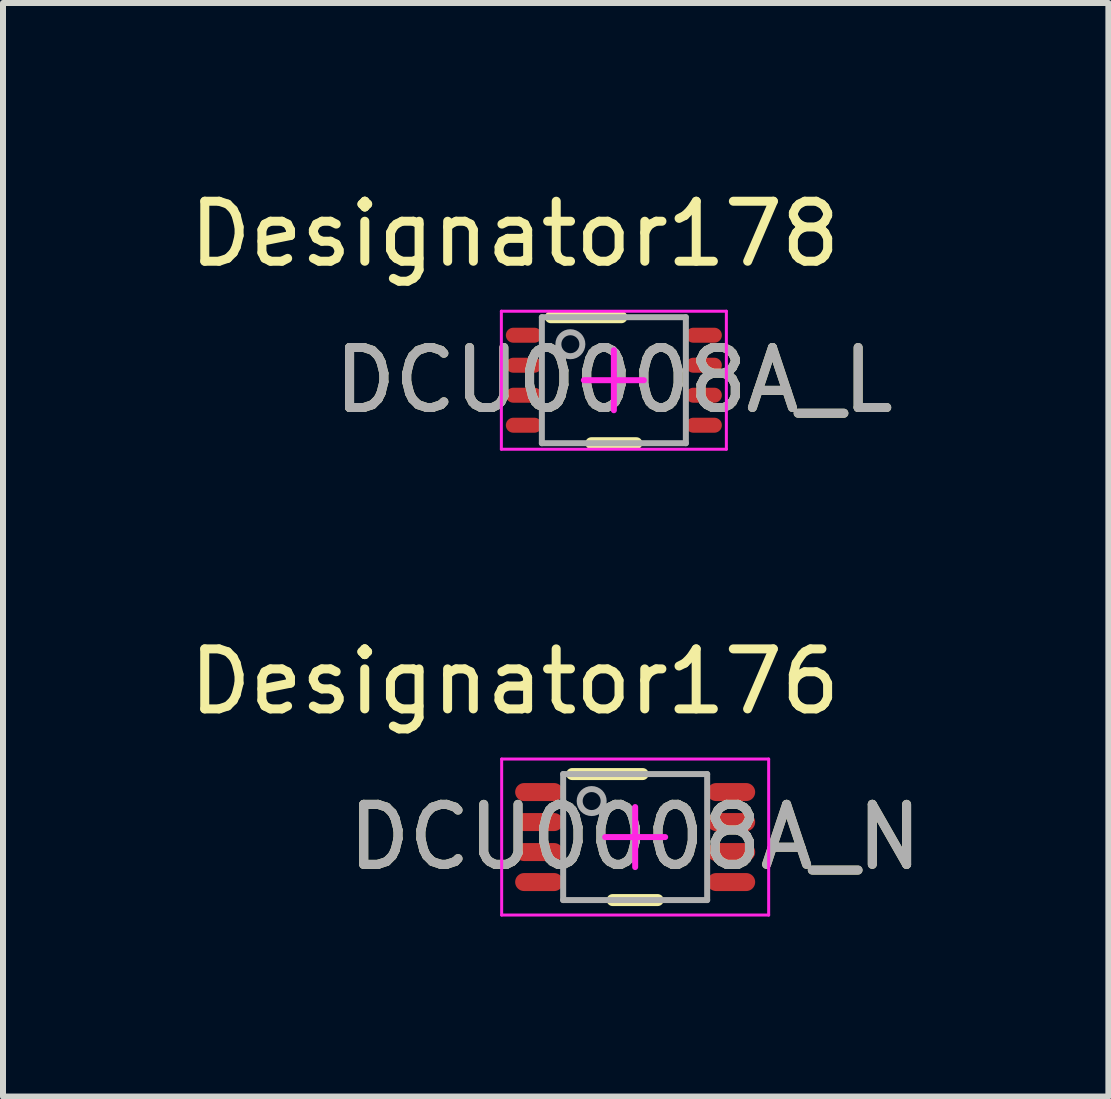
<source format=kicad_pcb>
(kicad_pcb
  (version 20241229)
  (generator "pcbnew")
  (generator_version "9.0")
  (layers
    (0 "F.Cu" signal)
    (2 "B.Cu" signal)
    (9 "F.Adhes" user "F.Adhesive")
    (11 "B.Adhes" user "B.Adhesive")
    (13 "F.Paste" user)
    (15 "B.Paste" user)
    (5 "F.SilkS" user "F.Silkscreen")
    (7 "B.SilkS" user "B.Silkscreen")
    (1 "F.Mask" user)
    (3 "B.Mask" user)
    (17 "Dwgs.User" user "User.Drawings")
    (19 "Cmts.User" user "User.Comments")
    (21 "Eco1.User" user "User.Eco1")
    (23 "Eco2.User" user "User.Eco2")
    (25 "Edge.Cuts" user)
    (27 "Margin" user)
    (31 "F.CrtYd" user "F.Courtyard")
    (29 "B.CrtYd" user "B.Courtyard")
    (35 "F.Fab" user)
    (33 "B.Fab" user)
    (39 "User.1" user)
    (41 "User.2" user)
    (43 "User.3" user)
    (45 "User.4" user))
  (footprint "DCU0008A_L"
    (layer "F.Cu")
    (at 7.181 3.287)
    (property "Reference" "DCU0008A_L" (at 0 0 0) (unlocked yes) (layer "F.SilkS") (effects (font (size 1 1) (thickness 0.15))))
    (attr smd)
    (fp_line (start -1.05 -1.05) (end 0.125 -1.05) (stroke (width 0.2) (type solid)) (layer "F.SilkS"))
    (fp_line (start -0.375 1.05) (end 0.375 1.05) (stroke (width 0.2) (type solid)) (layer "F.SilkS"))
    (fp_line (start -1.875 -1.15) (end 1.875 -1.15) (stroke (width 0.05) (type solid)) (layer "F.CrtYd"))
    (fp_line (start -1.875 1.15) (end -1.875 -1.15) (stroke (width 0.05) (type solid)) (layer "F.CrtYd"))
    (fp_line (start -1.875 1.15) (end 1.875 1.15) (stroke (width 0.05) (type solid)) (layer "F.CrtYd"))
    (fp_line (start -0.5 0) (end 0.5 0) (stroke (width 0.1) (type solid)) (layer "F.CrtYd"))
    (fp_line (start 0 0.5) (end 0 -0.5) (stroke (width 0.1) (type solid)) (layer "F.CrtYd"))
    (fp_line (start 1.875 1.15) (end 1.875 -1.15) (stroke (width 0.05) (type solid)) (layer "F.CrtYd"))
    (fp_line (start -1.2 -1.05) (end 1.2 -1.05) (stroke (width 0.1) (type solid)) (layer "F.Fab"))
    (fp_line (start -1.2 1.05) (end -1.2 -1.05) (stroke (width 0.1) (type solid)) (layer "F.Fab"))
    (fp_line (start -1.2 1.05) (end 1.2 1.05) (stroke (width 0.1) (type solid)) (layer "F.Fab"))
    (fp_line (start 1.2 1.05) (end 1.2 -1.05) (stroke (width 0.1) (type solid)) (layer "F.Fab"))
    (fp_circle (center -0.725 -0.6) (end -0.525 -0.6) (stroke (width 0.1) (type solid)) (fill no) (layer "F.Fab"))
    (fp_text user "Designator178" (at -1.651 -2.438 0) (unlocked yes) (layer "F.SilkS") (effects (font (size 1 1) (thickness 0.15))))
    (fp_text user "${REFERENCE}" (at 0 0 0) (unlocked yes) (layer "F.Fab") (effects (font (size 1 1) (thickness 0.15))))
    (pad "1" smd oval (at -1.5 -0.75 90) (size 0.25 0.6) (layers "F.Cu" "F.Mask" "F.Paste"))
    (pad "2" smd oval (at -1.5 -0.25 90) (size 0.25 0.6) (layers "F.Cu" "F.Mask" "F.Paste"))
    (pad "3" smd oval (at -1.5 0.25 90) (size 0.25 0.6) (layers "F.Cu" "F.Mask" "F.Paste"))
    (pad "4" smd oval (at -1.5 0.75 90) (size 0.25 0.6) (layers "F.Cu" "F.Mask" "F.Paste"))
    (pad "5" smd oval (at 1.5 0.75 90) (size 0.25 0.6) (layers "F.Cu" "F.Mask" "F.Paste"))
    (pad "6" smd oval (at 1.5 0.25 90) (size 0.25 0.6) (layers "F.Cu" "F.Mask" "F.Paste"))
    (pad "7" smd oval (at 1.5 -0.25 90) (size 0.25 0.6) (layers "F.Cu" "F.Mask" "F.Paste"))
    (pad "8" smd oval (at 1.5 -0.75 90) (size 0.25 0.6) (layers "F.Cu" "F.Mask" "F.Paste")))
  (footprint "DCU0008A_N"
    (layer "F.Cu")
    (at 7.536 10.901)
    (property "Reference" "DCU0008A_N" (at 0 0 0) (unlocked yes) (layer "F.SilkS") (effects (font (size 1 1) (thickness 0.15))))
    (attr smd)
    (fp_line (start -1.05 -1.05) (end 0.125 -1.05) (stroke (width 0.2) (type solid)) (layer "F.SilkS"))
    (fp_line (start -0.375 1.05) (end 0.375 1.05) (stroke (width 0.2) (type solid)) (layer "F.SilkS"))
    (fp_line (start -2.225 -1.3) (end 2.225 -1.3) (stroke (width 0.05) (type solid)) (layer "F.CrtYd"))
    (fp_line (start -2.225 1.3) (end -2.225 -1.3) (stroke (width 0.05) (type solid)) (layer "F.CrtYd"))
    (fp_line (start -2.225 1.3) (end 2.225 1.3) (stroke (width 0.05) (type solid)) (layer "F.CrtYd"))
    (fp_line (start -0.5 0) (end 0.5 0) (stroke (width 0.1) (type solid)) (layer "F.CrtYd"))
    (fp_line (start -0.000003 0.5) (end -0.000003 -0.5) (stroke (width 0.1) (type solid)) (layer "F.CrtYd"))
    (fp_line (start 2.225 1.3) (end 2.225 -1.3) (stroke (width 0.05) (type solid)) (layer "F.CrtYd"))
    (fp_line (start -1.2 -1.05) (end 1.2 -1.05) (stroke (width 0.1) (type solid)) (layer "F.Fab"))
    (fp_line (start -1.2 1.05) (end -1.2 -1.05) (stroke (width 0.1) (type solid)) (layer "F.Fab"))
    (fp_line (start -1.2 1.05) (end 1.2 1.05) (stroke (width 0.1) (type solid)) (layer "F.Fab"))
    (fp_line (start 1.2 1.05) (end 1.2 -1.05) (stroke (width 0.1) (type solid)) (layer "F.Fab"))
    (fp_circle (center -0.725 -0.6) (end -0.525 -0.6) (stroke (width 0.1) (type solid)) (fill no) (layer "F.Fab"))
    (fp_text user "Designator176" (at -2.007 -2.591 0) (unlocked yes) (layer "F.SilkS") (effects (font (size 1 1) (thickness 0.15))))
    (fp_text user "${REFERENCE}" (at 0 0 0) (unlocked yes) (layer "F.Fab") (effects (font (size 1 1) (thickness 0.15))))
    (pad "1" smd oval (at -1.6 -0.75 90) (size 0.3 0.8) (layers "F.Cu" "F.Mask" "F.Paste"))
    (pad "2" smd oval (at -1.6 -0.25 90) (size 0.3 0.8) (layers "F.Cu" "F.Mask" "F.Paste"))
    (pad "3" smd oval (at -1.6 0.25 90) (size 0.3 0.8) (layers "F.Cu" "F.Mask" "F.Paste"))
    (pad "4" smd oval (at -1.6 0.75 90) (size 0.3 0.8) (layers "F.Cu" "F.Mask" "F.Paste"))
    (pad "5" smd oval (at 1.6 0.75 90) (size 0.3 0.8) (layers "F.Cu" "F.Mask" "F.Paste"))
    (pad "6" smd oval (at 1.6 0.25 90) (size 0.3 0.8) (layers "F.Cu" "F.Mask" "F.Paste"))
    (pad "7" smd oval (at 1.6 -0.25 90) (size 0.3 0.8) (layers "F.Cu" "F.Mask" "F.Paste"))
    (pad "8" smd oval (at 1.6 -0.75 90) (size 0.3 0.8) (layers "F.Cu" "F.Mask" "F.Paste")))
  (gr_rect
    (start -3 -3)
    (end 15.423 15.226)
    (stroke (width 0.1) (type default))
    (fill no)
    (layer "Edge.Cuts")))
</source>
